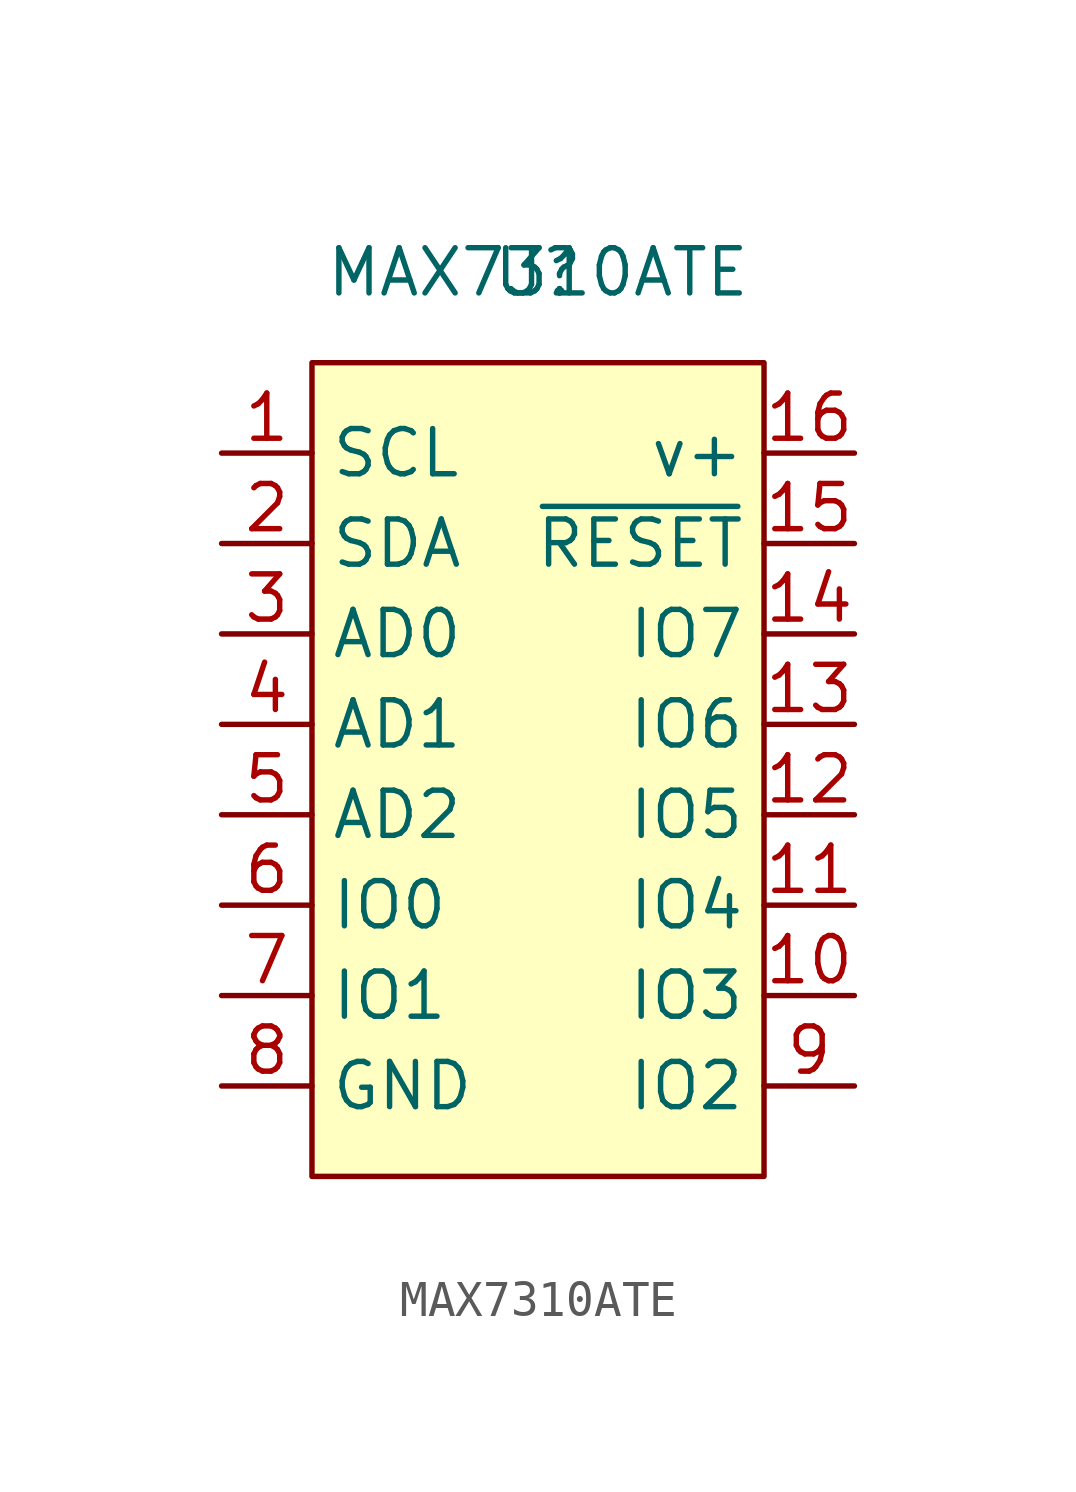
<source format=kicad_sym>
(kicad_symbol_lib
  (version 20211014)
  (generator kicad_symbol_editor)
  (symbol "MAX7310ATE"
    (property "Reference" "U"
      (at 0 0 0)
      (effects (font (size 1.27 1.27))))
    (property "Value" "MAX7310ATE"
      (at 0 0 0)
      (effects (font (size 1.27 1.27))))
    (symbol "MAX7310ATE_0_1"
      (rectangle (start -6.35 -2.54) (end 6.35 -25.4) (stroke (width 0) (type default) (color 0 0 0 0)) (fill (type background))))
    (symbol "MAX7310ATE_1_1"
      (pin bidirectional line (at -8.89 -5.08 0) (length 2.54) (name "SCL" (effects (font (size 1.27 1.27)))) (number "1" (effects (font (size 1.27 1.27)))))
      (pin bidirectional line (at 8.89 -20.32 180) (length 2.54) (name "IO3" (effects (font (size 1.27 1.27)))) (number "10" (effects (font (size 1.27 1.27)))))
      (pin bidirectional line (at 8.89 -17.78 180) (length 2.54) (name "IO4" (effects (font (size 1.27 1.27)))) (number "11" (effects (font (size 1.27 1.27)))))
      (pin bidirectional line (at 8.89 -15.24 180) (length 2.54) (name "IO5" (effects (font (size 1.27 1.27)))) (number "12" (effects (font (size 1.27 1.27)))))
      (pin bidirectional line (at 8.89 -12.7 180) (length 2.54) (name "IO6" (effects (font (size 1.27 1.27)))) (number "13" (effects (font (size 1.27 1.27)))))
      (pin bidirectional line (at 8.89 -10.16 180) (length 2.54) (name "IO7" (effects (font (size 1.27 1.27)))) (number "14" (effects (font (size 1.27 1.27)))))
      (pin input line (at 8.89 -7.62 180) (length 2.54) (name "~{RESET}" (effects (font (size 1.27 1.27)))) (number "15" (effects (font (size 1.27 1.27)))))
      (pin power_in line (at 8.89 -5.08 180) (length 2.54) (name "v+" (effects (font (size 1.27 1.27)))) (number "16" (effects (font (size 1.27 1.27)))))
      (pin bidirectional line (at -8.89 -7.62 0) (length 2.54) (name "SDA" (effects (font (size 1.27 1.27)))) (number "2" (effects (font (size 1.27 1.27)))))
      (pin input line (at -8.89 -10.16 0) (length 2.54) (name "AD0" (effects (font (size 1.27 1.27)))) (number "3" (effects (font (size 1.27 1.27)))))
      (pin input line (at -8.89 -12.7 0) (length 2.54) (name "AD1" (effects (font (size 1.27 1.27)))) (number "4" (effects (font (size 1.27 1.27)))))
      (pin input line (at -8.89 -15.24 0) (length 2.54) (name "AD2" (effects (font (size 1.27 1.27)))) (number "5" (effects (font (size 1.27 1.27)))))
      (pin bidirectional line (at -8.89 -17.78 0) (length 2.54) (name "IO0" (effects (font (size 1.27 1.27)))) (number "6" (effects (font (size 1.27 1.27)))))
      (pin bidirectional line (at -8.89 -20.32 0) (length 2.54) (name "IO1" (effects (font (size 1.27 1.27)))) (number "7" (effects (font (size 1.27 1.27)))))
      (pin power_in line (at -8.89 -22.86 0) (length 2.54) (name "GND" (effects (font (size 1.27 1.27)))) (number "8" (effects (font (size 1.27 1.27)))))
      (pin bidirectional line (at 8.89 -22.86 180) (length 2.54) (name "IO2" (effects (font (size 1.27 1.27)))) (number "9" (effects (font (size 1.27 1.27))))))))
</source>
